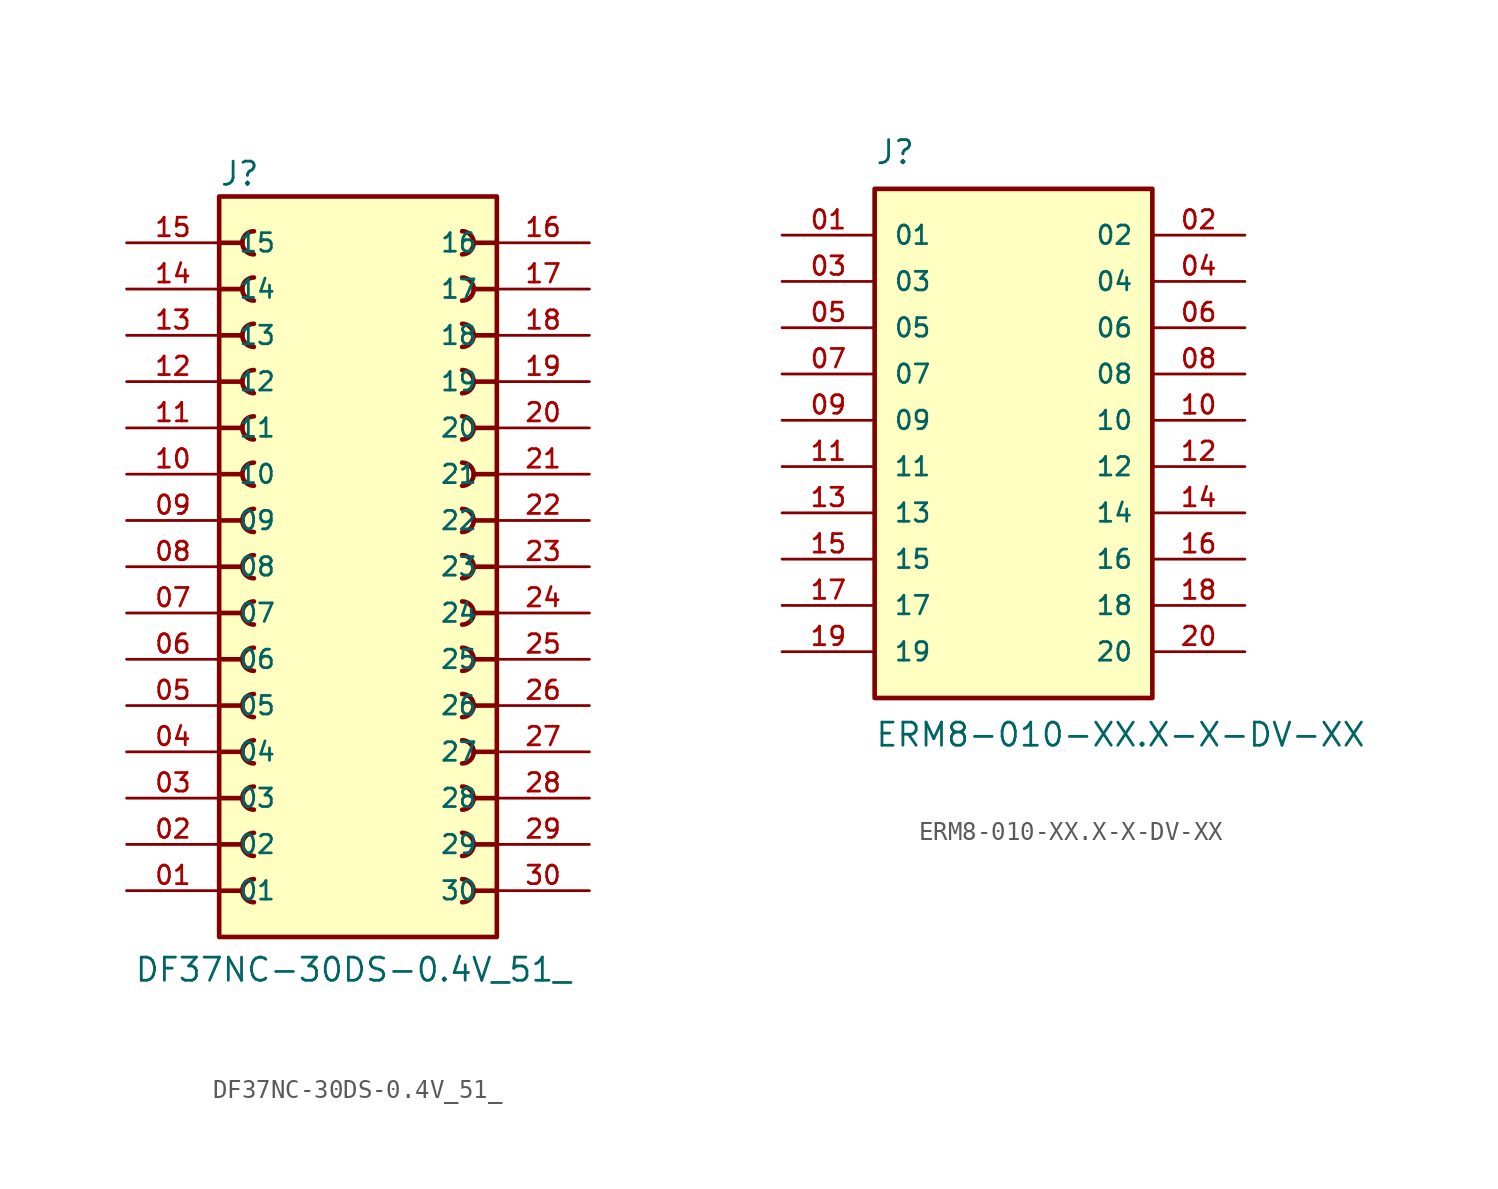
<source format=kicad_sym>
(kicad_symbol_lib
  (version 20231120)
  (generator "kicad_symbol_editor")
  (generator_version "8.0")
  (symbol "DF37NC-30DS-0.4V_51_"
    (pin_names
      (offset 1.016))
    (property "Reference" "J"
      (at -7.62 20.828 0)
      (effects (font (size 1.27 1.27)) (justify left bottom)))
    (property "Value" "DF37NC-30DS-0.4V_51_"
      (at -0.254 -22.86 0)
      (effects (font (size 1.27 1.27)) (justify bottom)))
    (symbol "DF37NC-30DS-0.4V_51__0_0"
      (rectangle (start -7.62 20.32) (end 7.62 -20.32) (stroke (width 0.254) (type default)) (fill (type background)))
      (arc (start -5.715 -17.145) (mid -6.3472 -17.78) (end -5.715 -18.415) (stroke (width 0.254) (type default)) (fill (type none)))
      (arc (start -5.715 -14.605) (mid -6.3472 -15.24) (end -5.715 -15.875) (stroke (width 0.254) (type default)) (fill (type none)))
      (arc (start -5.715 -12.065) (mid -6.3472 -12.7) (end -5.715 -13.335) (stroke (width 0.254) (type default)) (fill (type none)))
      (arc (start -5.715 -9.525) (mid -6.3472 -10.16) (end -5.715 -10.795) (stroke (width 0.254) (type default)) (fill (type none)))
      (arc (start -5.715 -6.985) (mid -6.3472 -7.62) (end -5.715 -8.255) (stroke (width 0.254) (type default)) (fill (type none)))
      (arc (start -5.715 -4.445) (mid -6.3472 -5.08) (end -5.715 -5.715) (stroke (width 0.254) (type default)) (fill (type none)))
      (arc (start -5.715 -1.905) (mid -6.3472 -2.54) (end -5.715 -3.175) (stroke (width 0.254) (type default)) (fill (type none)))
      (arc (start -5.715 0.635) (mid -6.3472 0) (end -5.715 -0.635) (stroke (width 0.254) (type default)) (fill (type none)))
      (arc (start -5.715 3.175) (mid -6.3472 2.54) (end -5.715 1.905) (stroke (width 0.254) (type default)) (fill (type none)))
      (arc (start -5.715 5.715) (mid -6.3472 5.08) (end -5.715 4.445) (stroke (width 0.254) (type default)) (fill (type none)))
      (arc (start -5.715 8.255) (mid -6.3472 7.62) (end -5.715 6.985) (stroke (width 0.254) (type default)) (fill (type none)))
      (arc (start -5.715 10.795) (mid -6.3472 10.16) (end -5.715 9.525) (stroke (width 0.254) (type default)) (fill (type none)))
      (arc (start -5.715 13.335) (mid -6.3472 12.7) (end -5.715 12.065) (stroke (width 0.254) (type default)) (fill (type none)))
      (arc (start -5.715 15.875) (mid -6.3472 15.24) (end -5.715 14.605) (stroke (width 0.254) (type default)) (fill (type none)))
      (arc (start -5.715 18.415) (mid -6.3472 17.78) (end -5.715 17.145) (stroke (width 0.254) (type default)) (fill (type none)))
      (polyline (pts (xy -7.62 -17.78) (xy -6.35 -17.78)) (stroke (width 0.254) (type default)) (fill (type none)))
      (polyline (pts (xy -7.62 -15.24) (xy -6.35 -15.24)) (stroke (width 0.254) (type default)) (fill (type none)))
      (polyline (pts (xy -7.62 -12.7) (xy -6.35 -12.7)) (stroke (width 0.254) (type default)) (fill (type none)))
      (polyline (pts (xy -7.62 -10.16) (xy -6.35 -10.16)) (stroke (width 0.254) (type default)) (fill (type none)))
      (polyline (pts (xy -7.62 -7.62) (xy -6.35 -7.62)) (stroke (width 0.254) (type default)) (fill (type none)))
      (polyline (pts (xy -7.62 -5.08) (xy -6.35 -5.08)) (stroke (width 0.254) (type default)) (fill (type none)))
      (polyline (pts (xy -7.62 -2.54) (xy -6.35 -2.54)) (stroke (width 0.254) (type default)) (fill (type none)))
      (polyline (pts (xy -7.62 0) (xy -6.35 0)) (stroke (width 0.254) (type default)) (fill (type none)))
      (polyline (pts (xy -7.62 2.54) (xy -6.35 2.54)) (stroke (width 0.254) (type default)) (fill (type none)))
      (polyline (pts (xy -7.62 5.08) (xy -6.35 5.08)) (stroke (width 0.254) (type default)) (fill (type none)))
      (polyline (pts (xy -7.62 7.62) (xy -6.35 7.62)) (stroke (width 0.254) (type default)) (fill (type none)))
      (polyline (pts (xy -7.62 10.16) (xy -6.35 10.16)) (stroke (width 0.254) (type default)) (fill (type none)))
      (polyline (pts (xy -7.62 12.7) (xy -6.35 12.7)) (stroke (width 0.254) (type default)) (fill (type none)))
      (polyline (pts (xy -7.62 15.24) (xy -6.35 15.24)) (stroke (width 0.254) (type default)) (fill (type none)))
      (polyline (pts (xy -7.62 17.78) (xy -6.35 17.78)) (stroke (width 0.254) (type default)) (fill (type none)))
      (polyline (pts (xy 7.62 -17.78) (xy 6.35 -17.78)) (stroke (width 0.254) (type default)) (fill (type none)))
      (polyline (pts (xy 7.62 -15.24) (xy 6.35 -15.24)) (stroke (width 0.254) (type default)) (fill (type none)))
      (polyline (pts (xy 7.62 -12.7) (xy 6.35 -12.7)) (stroke (width 0.254) (type default)) (fill (type none)))
      (polyline (pts (xy 7.62 -10.16) (xy 6.35 -10.16)) (stroke (width 0.254) (type default)) (fill (type none)))
      (polyline (pts (xy 7.62 -7.62) (xy 6.35 -7.62)) (stroke (width 0.254) (type default)) (fill (type none)))
      (polyline (pts (xy 7.62 -5.08) (xy 6.35 -5.08)) (stroke (width 0.254) (type default)) (fill (type none)))
      (polyline (pts (xy 7.62 -2.54) (xy 6.35 -2.54)) (stroke (width 0.254) (type default)) (fill (type none)))
      (polyline (pts (xy 7.62 0) (xy 6.35 0)) (stroke (width 0.254) (type default)) (fill (type none)))
      (polyline (pts (xy 7.62 2.54) (xy 6.35 2.54)) (stroke (width 0.254) (type default)) (fill (type none)))
      (polyline (pts (xy 7.62 5.08) (xy 6.35 5.08)) (stroke (width 0.254) (type default)) (fill (type none)))
      (polyline (pts (xy 7.62 7.62) (xy 6.35 7.62)) (stroke (width 0.254) (type default)) (fill (type none)))
      (polyline (pts (xy 7.62 10.16) (xy 6.35 10.16)) (stroke (width 0.254) (type default)) (fill (type none)))
      (polyline (pts (xy 7.62 12.7) (xy 6.35 12.7)) (stroke (width 0.254) (type default)) (fill (type none)))
      (polyline (pts (xy 7.62 15.24) (xy 6.35 15.24)) (stroke (width 0.254) (type default)) (fill (type none)))
      (polyline (pts (xy 7.62 17.78) (xy 6.35 17.78)) (stroke (width 0.254) (type default)) (fill (type none)))
      (arc (start 5.715 -18.415) (mid 6.3472 -17.78) (end 5.715 -17.145) (stroke (width 0.254) (type default)) (fill (type none)))
      (arc (start 5.715 -15.875) (mid 6.3472 -15.24) (end 5.715 -14.605) (stroke (width 0.254) (type default)) (fill (type none)))
      (arc (start 5.715 -13.335) (mid 6.3472 -12.7) (end 5.715 -12.065) (stroke (width 0.254) (type default)) (fill (type none)))
      (arc (start 5.715 -10.795) (mid 6.3472 -10.16) (end 5.715 -9.525) (stroke (width 0.254) (type default)) (fill (type none)))
      (arc (start 5.715 -8.255) (mid 6.3472 -7.62) (end 5.715 -6.985) (stroke (width 0.254) (type default)) (fill (type none)))
      (arc (start 5.715 -5.715) (mid 6.3472 -5.08) (end 5.715 -4.445) (stroke (width 0.254) (type default)) (fill (type none)))
      (arc (start 5.715 -3.175) (mid 6.3472 -2.54) (end 5.715 -1.905) (stroke (width 0.254) (type default)) (fill (type none)))
      (arc (start 5.715 -0.635) (mid 6.3472 0) (end 5.715 0.635) (stroke (width 0.254) (type default)) (fill (type none)))
      (arc (start 5.715 1.905) (mid 6.3472 2.54) (end 5.715 3.175) (stroke (width 0.254) (type default)) (fill (type none)))
      (arc (start 5.715 4.445) (mid 6.3472 5.08) (end 5.715 5.715) (stroke (width 0.254) (type default)) (fill (type none)))
      (arc (start 5.715 6.985) (mid 6.3472 7.62) (end 5.715 8.255) (stroke (width 0.254) (type default)) (fill (type none)))
      (arc (start 5.715 9.525) (mid 6.3472 10.16) (end 5.715 10.795) (stroke (width 0.254) (type default)) (fill (type none)))
      (arc (start 5.715 12.065) (mid 6.3472 12.7) (end 5.715 13.335) (stroke (width 0.254) (type default)) (fill (type none)))
      (arc (start 5.715 14.605) (mid 6.3472 15.24) (end 5.715 15.875) (stroke (width 0.254) (type default)) (fill (type none)))
      (arc (start 5.715 17.145) (mid 6.3472 17.78) (end 5.715 18.415) (stroke (width 0.254) (type default)) (fill (type none)))
      (pin passive line (at -12.7 -17.78 0) (length 5.08) (name "01" (effects (font (size 1.016 1.016)))) (number "01" (effects (font (size 1.016 1.016)))))
      (pin passive line (at -12.7 -15.24 0) (length 5.08) (name "02" (effects (font (size 1.016 1.016)))) (number "02" (effects (font (size 1.016 1.016)))))
      (pin passive line (at -12.7 -12.7 0) (length 5.08) (name "03" (effects (font (size 1.016 1.016)))) (number "03" (effects (font (size 1.016 1.016)))))
      (pin passive line (at -12.7 -10.16 0) (length 5.08) (name "04" (effects (font (size 1.016 1.016)))) (number "04" (effects (font (size 1.016 1.016)))))
      (pin passive line (at -12.7 -7.62 0) (length 5.08) (name "05" (effects (font (size 1.016 1.016)))) (number "05" (effects (font (size 1.016 1.016)))))
      (pin passive line (at -12.7 -5.08 0) (length 5.08) (name "06" (effects (font (size 1.016 1.016)))) (number "06" (effects (font (size 1.016 1.016)))))
      (pin passive line (at -12.7 -2.54 0) (length 5.08) (name "07" (effects (font (size 1.016 1.016)))) (number "07" (effects (font (size 1.016 1.016)))))
      (pin passive line (at -12.7 0 0) (length 5.08) (name "08" (effects (font (size 1.016 1.016)))) (number "08" (effects (font (size 1.016 1.016)))))
      (pin passive line (at -12.7 5.08 0) (length 5.08) (name "10" (effects (font (size 1.016 1.016)))) (number "10" (effects (font (size 1.016 1.016)))))
      (pin passive line (at -12.7 7.62 0) (length 5.08) (name "11" (effects (font (size 1.016 1.016)))) (number "11" (effects (font (size 1.016 1.016)))))
      (pin passive line (at -12.7 10.16 0) (length 5.08) (name "12" (effects (font (size 1.016 1.016)))) (number "12" (effects (font (size 1.016 1.016)))))
      (pin passive line (at -12.7 12.7 0) (length 5.08) (name "13" (effects (font (size 1.016 1.016)))) (number "13" (effects (font (size 1.016 1.016)))))
      (pin passive line (at -12.7 15.24 0) (length 5.08) (name "14" (effects (font (size 1.016 1.016)))) (number "14" (effects (font (size 1.016 1.016)))))
      (pin passive line (at -12.7 17.78 0) (length 5.08) (name "15" (effects (font (size 1.016 1.016)))) (number "15" (effects (font (size 1.016 1.016)))))
      (pin passive line (at 12.7 17.78 180) (length 5.08) (name "16" (effects (font (size 1.016 1.016)))) (number "16" (effects (font (size 1.016 1.016)))))
      (pin passive line (at 12.7 15.24 180) (length 5.08) (name "17" (effects (font (size 1.016 1.016)))) (number "17" (effects (font (size 1.016 1.016)))))
      (pin passive line (at 12.7 12.7 180) (length 5.08) (name "18" (effects (font (size 1.016 1.016)))) (number "18" (effects (font (size 1.016 1.016)))))
      (pin passive line (at 12.7 10.16 180) (length 5.08) (name "19" (effects (font (size 1.016 1.016)))) (number "19" (effects (font (size 1.016 1.016)))))
      (pin passive line (at 12.7 7.62 180) (length 5.08) (name "20" (effects (font (size 1.016 1.016)))) (number "20" (effects (font (size 1.016 1.016)))))
      (pin passive line (at 12.7 5.08 180) (length 5.08) (name "21" (effects (font (size 1.016 1.016)))) (number "21" (effects (font (size 1.016 1.016)))))
      (pin passive line (at 12.7 2.54 180) (length 5.08) (name "22" (effects (font (size 1.016 1.016)))) (number "22" (effects (font (size 1.016 1.016)))))
      (pin passive line (at 12.7 0 180) (length 5.08) (name "23" (effects (font (size 1.016 1.016)))) (number "23" (effects (font (size 1.016 1.016)))))
      (pin passive line (at 12.7 -2.54 180) (length 5.08) (name "24" (effects (font (size 1.016 1.016)))) (number "24" (effects (font (size 1.016 1.016)))))
      (pin passive line (at 12.7 -5.08 180) (length 5.08) (name "25" (effects (font (size 1.016 1.016)))) (number "25" (effects (font (size 1.016 1.016)))))
      (pin passive line (at 12.7 -7.62 180) (length 5.08) (name "26" (effects (font (size 1.016 1.016)))) (number "26" (effects (font (size 1.016 1.016)))))
      (pin passive line (at 12.7 -10.16 180) (length 5.08) (name "27" (effects (font (size 1.016 1.016)))) (number "27" (effects (font (size 1.016 1.016)))))
      (pin passive line (at 12.7 -12.7 180) (length 5.08) (name "28" (effects (font (size 1.016 1.016)))) (number "28" (effects (font (size 1.016 1.016)))))
      (pin passive line (at 12.7 -15.24 180) (length 5.08) (name "29" (effects (font (size 1.016 1.016)))) (number "29" (effects (font (size 1.016 1.016)))))
      (pin passive line (at 12.7 -17.78 180) (length 5.08) (name "30" (effects (font (size 1.016 1.016)))) (number "30" (effects (font (size 1.016 1.016))))))
    (symbol "DF37NC-30DS-0.4V_51__1_0"
      (pin passive line (at -12.7 2.54 0) (length 5.08) (name "09" (effects (font (size 1.016 1.016)))) (number "09" (effects (font (size 1.016 1.016)))))))
  (symbol "ERM8-010-XX.X-X-DV-XX"
    (pin_names
      (offset 1.016))
    (property "Reference" "J"
      (at -7.62 16.51 0)
      (effects (font (size 1.27 1.27)) (justify left bottom)))
    (property "Value" "ERM8-010-XX.X-X-DV-XX"
      (at -7.62 -13.97 0)
      (effects (font (size 1.27 1.27)) (justify left top)))
    (symbol "ERM8-010-XX.X-X-DV-XX_0_0"
      (rectangle (start -7.62 -12.7) (end 7.62 15.24) (stroke (width 0.254) (type default)) (fill (type background)))
      (pin passive line (at -12.7 12.7 0) (length 5.08) (name "01" (effects (font (size 1.016 1.016)))) (number "01" (effects (font (size 1.016 1.016)))))
      (pin passive line (at 12.7 12.7 180) (length 5.08) (name "02" (effects (font (size 1.016 1.016)))) (number "02" (effects (font (size 1.016 1.016)))))
      (pin passive line (at -12.7 10.16 0) (length 5.08) (name "03" (effects (font (size 1.016 1.016)))) (number "03" (effects (font (size 1.016 1.016)))))
      (pin passive line (at 12.7 10.16 180) (length 5.08) (name "04" (effects (font (size 1.016 1.016)))) (number "04" (effects (font (size 1.016 1.016)))))
      (pin passive line (at -12.7 7.62 0) (length 5.08) (name "05" (effects (font (size 1.016 1.016)))) (number "05" (effects (font (size 1.016 1.016)))))
      (pin passive line (at 12.7 7.62 180) (length 5.08) (name "06" (effects (font (size 1.016 1.016)))) (number "06" (effects (font (size 1.016 1.016)))))
      (pin passive line (at -12.7 5.08 0) (length 5.08) (name "07" (effects (font (size 1.016 1.016)))) (number "07" (effects (font (size 1.016 1.016)))))
      (pin passive line (at 12.7 5.08 180) (length 5.08) (name "08" (effects (font (size 1.016 1.016)))) (number "08" (effects (font (size 1.016 1.016)))))
      (pin passive line (at -12.7 2.54 0) (length 5.08) (name "09" (effects (font (size 1.016 1.016)))) (number "09" (effects (font (size 1.016 1.016)))))
      (pin passive line (at 12.7 2.54 180) (length 5.08) (name "10" (effects (font (size 1.016 1.016)))) (number "10" (effects (font (size 1.016 1.016)))))
      (pin passive line (at -12.7 0 0) (length 5.08) (name "11" (effects (font (size 1.016 1.016)))) (number "11" (effects (font (size 1.016 1.016)))))
      (pin passive line (at 12.7 0 180) (length 5.08) (name "12" (effects (font (size 1.016 1.016)))) (number "12" (effects (font (size 1.016 1.016)))))
      (pin passive line (at -12.7 -2.54 0) (length 5.08) (name "13" (effects (font (size 1.016 1.016)))) (number "13" (effects (font (size 1.016 1.016)))))
      (pin passive line (at 12.7 -2.54 180) (length 5.08) (name "14" (effects (font (size 1.016 1.016)))) (number "14" (effects (font (size 1.016 1.016)))))
      (pin passive line (at -12.7 -5.08 0) (length 5.08) (name "15" (effects (font (size 1.016 1.016)))) (number "15" (effects (font (size 1.016 1.016)))))
      (pin passive line (at 12.7 -5.08 180) (length 5.08) (name "16" (effects (font (size 1.016 1.016)))) (number "16" (effects (font (size 1.016 1.016)))))
      (pin passive line (at -12.7 -7.62 0) (length 5.08) (name "17" (effects (font (size 1.016 1.016)))) (number "17" (effects (font (size 1.016 1.016)))))
      (pin passive line (at 12.7 -7.62 180) (length 5.08) (name "18" (effects (font (size 1.016 1.016)))) (number "18" (effects (font (size 1.016 1.016)))))
      (pin passive line (at -12.7 -10.16 0) (length 5.08) (name "19" (effects (font (size 1.016 1.016)))) (number "19" (effects (font (size 1.016 1.016)))))
      (pin passive line (at 12.7 -10.16 180) (length 5.08) (name "20" (effects (font (size 1.016 1.016)))) (number "20" (effects (font (size 1.016 1.016))))))))
</source>
